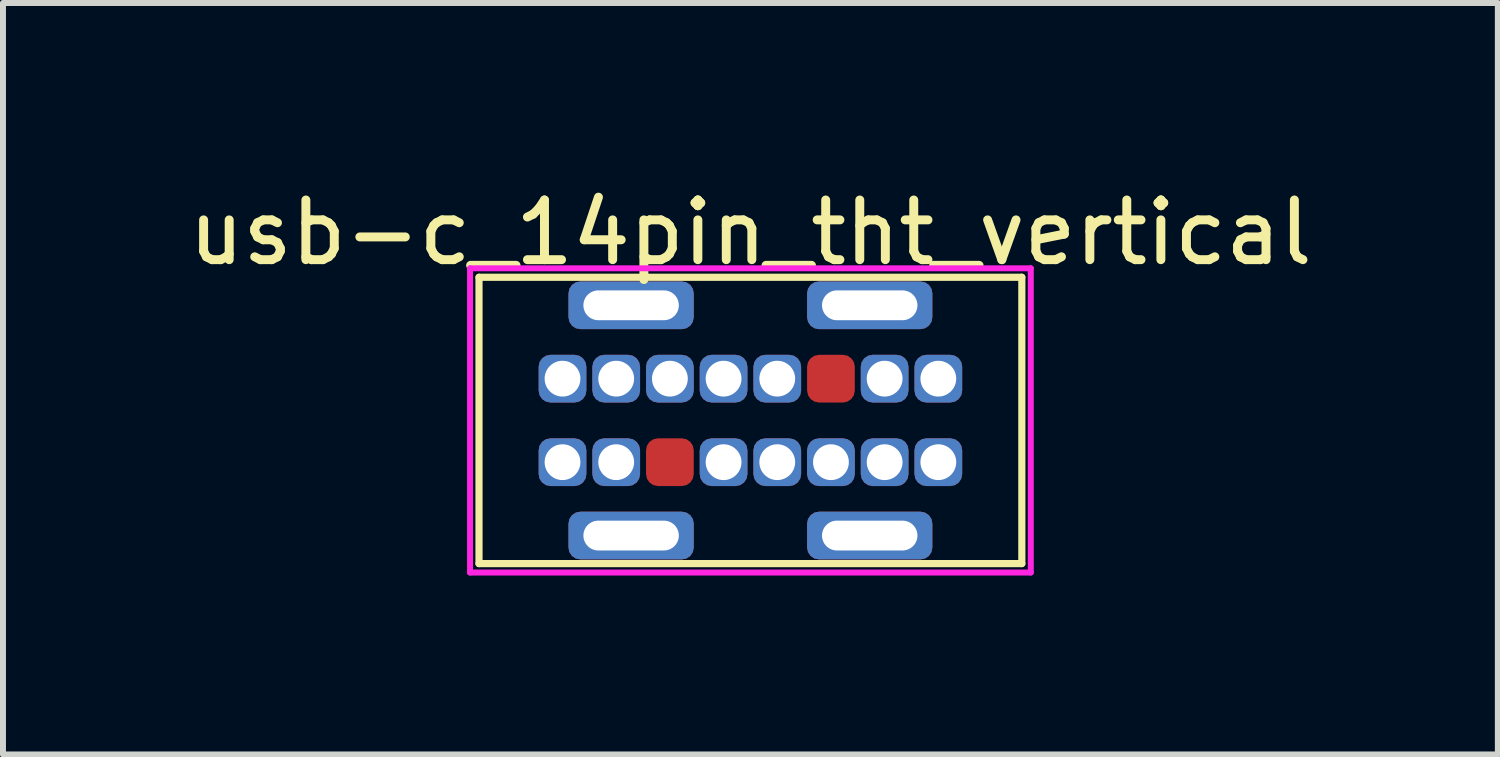
<source format=kicad_pcb>
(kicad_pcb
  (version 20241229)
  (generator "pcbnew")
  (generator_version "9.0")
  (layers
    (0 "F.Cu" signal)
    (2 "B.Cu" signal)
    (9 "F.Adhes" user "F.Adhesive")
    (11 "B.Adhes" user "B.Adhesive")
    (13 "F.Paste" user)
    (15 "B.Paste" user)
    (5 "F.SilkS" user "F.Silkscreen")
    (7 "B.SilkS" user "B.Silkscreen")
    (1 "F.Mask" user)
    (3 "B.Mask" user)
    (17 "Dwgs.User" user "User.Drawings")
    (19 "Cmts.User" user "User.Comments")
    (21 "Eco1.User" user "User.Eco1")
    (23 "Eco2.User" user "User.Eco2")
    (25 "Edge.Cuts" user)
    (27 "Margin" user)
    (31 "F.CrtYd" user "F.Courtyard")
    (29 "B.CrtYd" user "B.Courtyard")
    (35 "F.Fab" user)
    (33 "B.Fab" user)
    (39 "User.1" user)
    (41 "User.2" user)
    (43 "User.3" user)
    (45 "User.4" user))
  (footprint "usb-c_14pin_tht_vertical"
    (layer "F.Cu")
    (at 9.53 3.998)
    (property "Reference" "usb-c_14pin_tht_vertical" (at 0 -3.15 0) (layer "F.SilkS") (effects (font (size 1 1) (thickness 0.15))))
    (attr through_hole)
    (fp_line (start -4.55 -2.4) (end 4.55 -2.4) (stroke (width 0.12) (type solid)) (layer "F.SilkS"))
    (fp_line (start -4.55 2.4) (end -4.55 -2.4) (stroke (width 0.12) (type solid)) (layer "F.SilkS"))
    (fp_line (start 4.55 -2.4) (end 4.55 2.4) (stroke (width 0.12) (type solid)) (layer "F.SilkS"))
    (fp_line (start 4.55 2.4) (end -4.55 2.4) (stroke (width 0.12) (type solid)) (layer "F.SilkS"))
    (fp_line (start -4.7 -2.55) (end 4.7 -2.55) (stroke (width 0.1) (type solid)) (layer "F.CrtYd"))
    (fp_line (start -4.7 2.55) (end -4.7 -2.55) (stroke (width 0.1) (type solid)) (layer "F.CrtYd"))
    (fp_line (start 4.7 -2.55) (end 4.7 2.55) (stroke (width 0.1) (type solid)) (layer "F.CrtYd"))
    (fp_line (start 4.7 2.55) (end -4.7 2.55) (stroke (width 0.1) (type solid)) (layer "F.CrtYd"))
    (pad "A1" thru_hole roundrect (at -3.15 -0.7) (size 0.8 0.8) (drill 0.6) (layers "*.Cu" "*.Mask") (roundrect_rratio 0.25))
    (pad "A4" thru_hole roundrect (at -2.25 -0.7) (size 0.8 0.8) (drill 0.6) (layers "*.Cu" "*.Mask") (roundrect_rratio 0.25))
    (pad "A5" thru_hole roundrect (at -1.35 -0.7) (size 0.8 0.8) (drill 0.6) (layers "*.Cu" "*.Mask") (roundrect_rratio 0.25))
    (pad "A6" thru_hole roundrect (at -0.45 -0.7) (size 0.8 0.8) (drill 0.6) (layers "*.Cu" "*.Mask") (roundrect_rratio 0.25))
    (pad "A7" thru_hole roundrect (at 0.45 -0.7) (size 0.8 0.8) (drill 0.6) (layers "*.Cu" "*.Mask") (roundrect_rratio 0.25))
    (pad "A8" smd roundrect (at 1.35 -0.7) (size 0.8 0.8) (layers "F.Cu") (roundrect_rratio 0.25))
    (pad "A9" thru_hole roundrect (at 2.25 -0.7) (size 0.8 0.8) (drill 0.6) (layers "*.Cu" "*.Mask") (roundrect_rratio 0.25))
    (pad "A12" thru_hole roundrect (at 3.15 -0.7) (size 0.8 0.8) (drill 0.6) (layers "*.Cu" "*.Mask") (roundrect_rratio 0.25))
    (pad "B1" thru_hole roundrect (at 3.15 0.7) (size 0.8 0.8) (drill 0.6) (layers "*.Cu" "*.Mask") (roundrect_rratio 0.25))
    (pad "B4" thru_hole roundrect (at 2.25 0.7) (size 0.8 0.8) (drill 0.6) (layers "*.Cu" "*.Mask") (roundrect_rratio 0.25))
    (pad "B5" thru_hole roundrect (at 1.35 0.7) (size 0.8 0.8) (drill 0.6) (layers "*.Cu" "*.Mask") (roundrect_rratio 0.25))
    (pad "B6" thru_hole roundrect (at 0.45 0.7) (size 0.8 0.8) (drill 0.6) (layers "*.Cu" "*.Mask") (roundrect_rratio 0.25))
    (pad "B7" thru_hole roundrect (at -0.45 0.7) (size 0.8 0.8) (drill 0.6) (layers "*.Cu" "*.Mask") (roundrect_rratio 0.25))
    (pad "B8" smd roundrect (at -1.35 0.7) (size 0.8 0.8) (layers "F.Cu") (roundrect_rratio 0.25))
    (pad "B9" thru_hole roundrect (at -2.25 0.7) (size 0.8 0.8) (drill 0.6) (layers "*.Cu" "*.Mask") (roundrect_rratio 0.25))
    (pad "B12" thru_hole roundrect (at -3.15 0.7) (size 0.8 0.8) (drill 0.6) (layers "*.Cu" "*.Mask") (roundrect_rratio 0.25))
    (pad "S1" thru_hole roundrect (at -2 -1.93) (size 2.1 0.8) (drill oval 1.6 0.5) (layers "*.Cu" "*.Mask") (roundrect_rratio 0.25))
    (pad "S1" thru_hole roundrect (at -2 1.93) (size 2.1 0.8) (drill oval 1.6 0.5) (layers "*.Cu" "*.Mask") (roundrect_rratio 0.25))
    (pad "S1" thru_hole roundrect (at 2 -1.93) (size 2.1 0.8) (drill oval 1.6 0.5) (layers "*.Cu" "*.Mask") (roundrect_rratio 0.25))
    (pad "S1" thru_hole roundrect (at 2 1.93) (size 2.1 0.8) (drill oval 1.6 0.5) (layers "*.Cu" "*.Mask") (roundrect_rratio 0.25)))
  (gr_rect
    (start -3 -3)
    (end 22.06 9.598)
    (stroke (width 0.1) (type default))
    (fill no)
    (layer "Edge.Cuts")))
</source>
